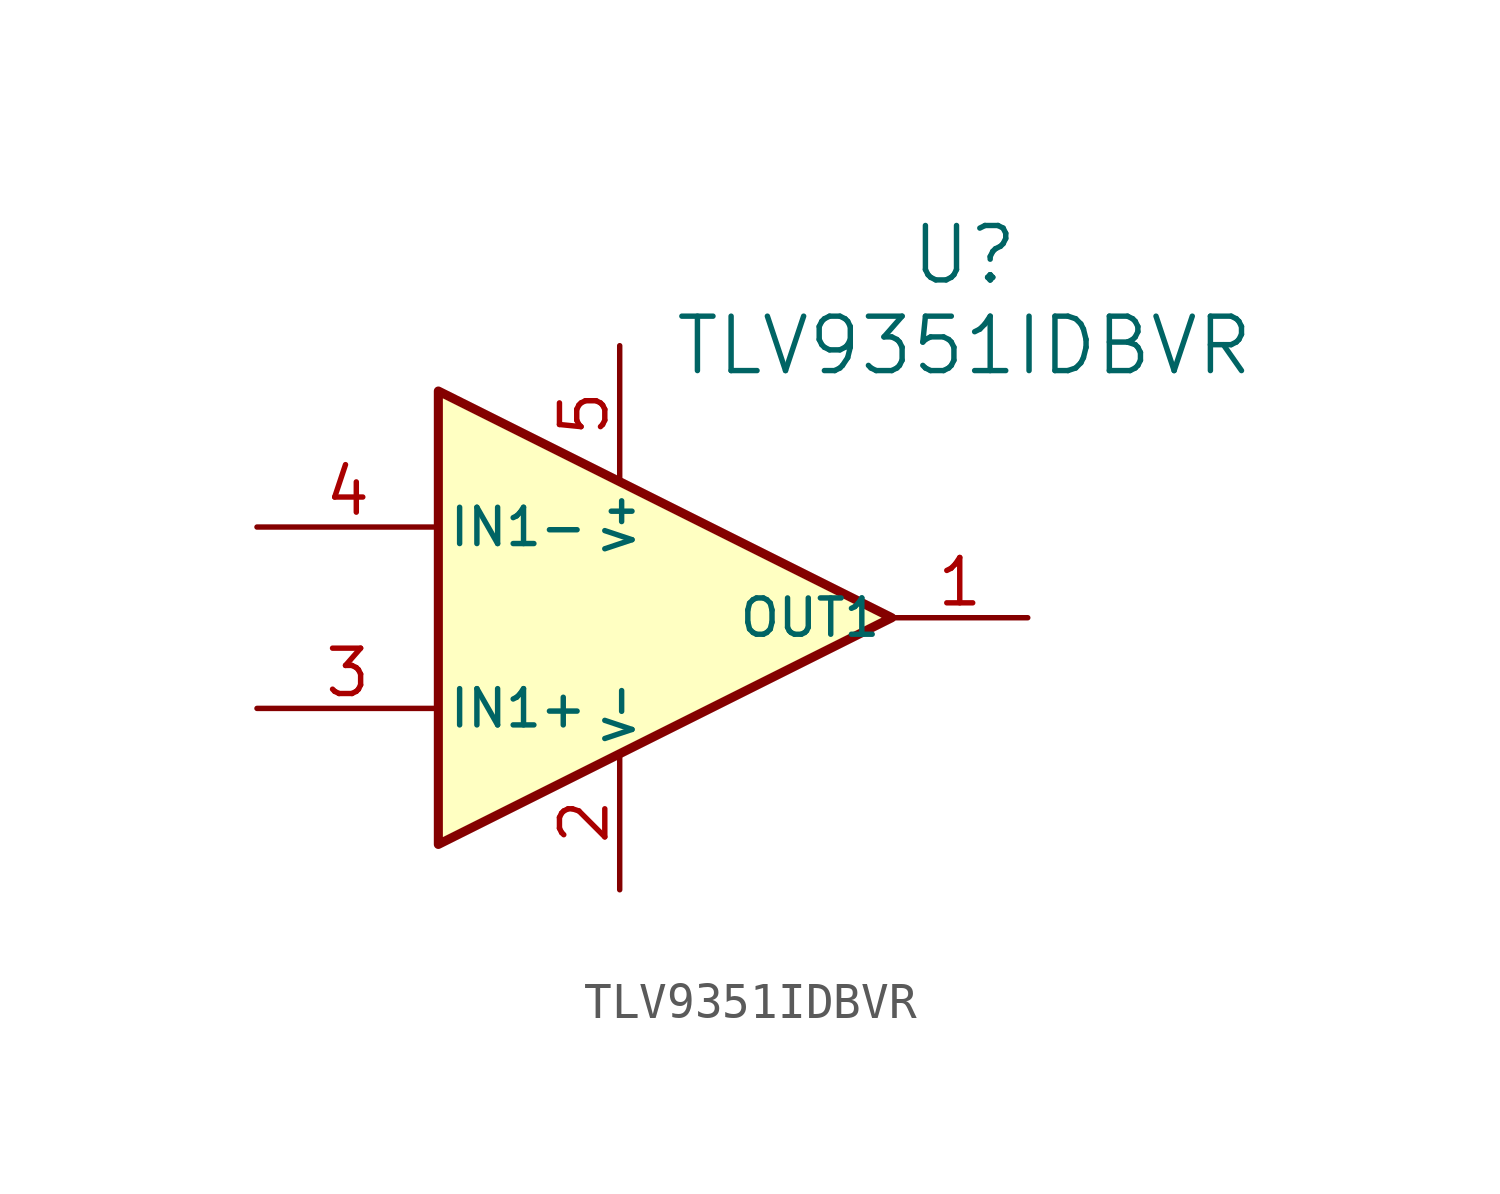
<source format=kicad_sym>
(kicad_symbol_lib
  (version 20231120)
  (generator "kicad_symbol_editor")
  (generator_version "8.0")
  (symbol "TLV9351IDBVR"
    (pin_names
      (offset 0.254))
    (property "Reference" "U"
      (at 9.652 10.16 0)
      (effects (font (size 1.524 1.524))))
    (property "Value" "TLV9351IDBVR"
      (at 9.652 7.62 0)
      (effects (font (size 1.524 1.524))))
    (symbol "TLV9351IDBVR_0_1"
      (polyline (pts (xy -5.08 6.35) (xy -5.08 -6.35) (xy 7.62 0) (xy -5.08 6.35)) (stroke (width 0.254) (type default)) (fill (type background))))
    (symbol "TLV9351IDBVR_1_1"
      (pin output line (at 11.43 0 180) (length 3.81) (name "OUT1" (effects (font (size 1.016 1.016)))) (number "1" (effects (font (size 1.27 1.27)))))
      (pin power_in line (at 0 -7.62 90) (length 3.81) (name "V-" (effects (font (size 0.762 0.762)))) (number "2" (effects (font (size 1.27 1.27)))))
      (pin input line (at -10.16 -2.54 0) (length 5.08) (name "IN1+" (effects (font (size 1.016 1.016)))) (number "3" (effects (font (size 1.27 1.27)))))
      (pin input line (at -10.16 2.54 0) (length 5.08) (name "IN1-" (effects (font (size 1.016 1.016)))) (number "4" (effects (font (size 1.27 1.27)))))
      (pin power_in line (at 0 7.62 270) (length 3.81) (name "V+" (effects (font (size 0.762 0.762)))) (number "5" (effects (font (size 1.27 1.27))))))))
</source>
